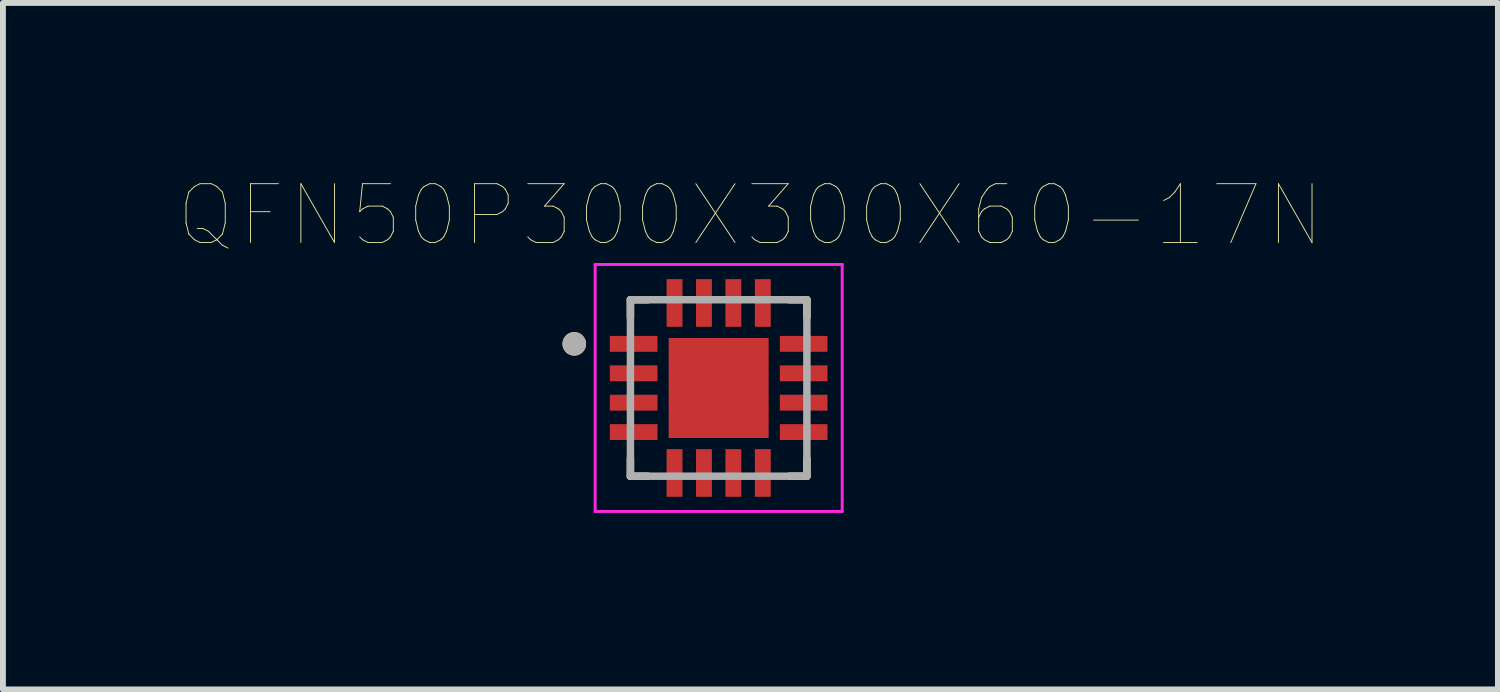
<source format=kicad_pcb>
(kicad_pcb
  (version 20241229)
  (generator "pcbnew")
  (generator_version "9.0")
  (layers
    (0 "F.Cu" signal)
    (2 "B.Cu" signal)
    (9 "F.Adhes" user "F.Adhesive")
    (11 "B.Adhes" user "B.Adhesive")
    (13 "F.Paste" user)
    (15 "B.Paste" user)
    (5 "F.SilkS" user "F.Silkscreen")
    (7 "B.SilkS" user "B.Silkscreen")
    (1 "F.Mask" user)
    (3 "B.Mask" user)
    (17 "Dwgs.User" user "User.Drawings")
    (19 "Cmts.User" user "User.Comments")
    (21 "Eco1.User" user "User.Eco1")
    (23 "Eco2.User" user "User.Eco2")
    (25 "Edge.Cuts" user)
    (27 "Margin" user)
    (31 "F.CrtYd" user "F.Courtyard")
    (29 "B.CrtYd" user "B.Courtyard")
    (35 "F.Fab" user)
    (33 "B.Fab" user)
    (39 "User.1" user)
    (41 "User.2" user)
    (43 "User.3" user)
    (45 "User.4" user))
  (footprint "QFN50P300X300X60-17N"
    (layer "F.Cu")
    (at 9.168 3.546)
    (property "Reference" "QFN50P300X300X60-17N" (at 0.54 -2.935 0) (layer "F.SilkS") (effects (font (size 1 1) (thickness 0.015))))
    (attr through_hole)
    (fp_line (start -1.5 -1.5) (end -1.5 -1.205) (stroke (width 0.127) (type solid)) (layer "F.SilkS"))
    (fp_line (start -1.5 -1.5) (end -1.205 -1.5) (stroke (width 0.127) (type solid)) (layer "F.SilkS"))
    (fp_line (start -1.5 1.5) (end -1.5 1.205) (stroke (width 0.127) (type solid)) (layer "F.SilkS"))
    (fp_line (start -1.5 1.5) (end -1.205 1.5) (stroke (width 0.127) (type solid)) (layer "F.SilkS"))
    (fp_line (start 1.5 -1.5) (end 1.205 -1.5) (stroke (width 0.127) (type solid)) (layer "F.SilkS"))
    (fp_line (start 1.5 -1.5) (end 1.5 -1.205) (stroke (width 0.127) (type solid)) (layer "F.SilkS"))
    (fp_line (start 1.5 1.5) (end 1.205 1.5) (stroke (width 0.127) (type solid)) (layer "F.SilkS"))
    (fp_line (start 1.5 1.5) (end 1.5 1.205) (stroke (width 0.127) (type solid)) (layer "F.SilkS"))
    (fp_circle (center -2.455 -0.75) (end -2.355 -0.75) (stroke (width 0.2) (type solid)) (fill no) (layer "F.SilkS"))
    (fp_poly (pts (xy -0.54 -0.54) (xy 0.54 -0.54) (xy 0.54 0.54) (xy -0.54 0.54)) (stroke (width 0.01) (type solid)) (fill yes) (layer "F.Paste"))
    (fp_line (start -2.1 -2.1) (end 2.1 -2.1) (stroke (width 0.05) (type solid)) (layer "F.CrtYd"))
    (fp_line (start -2.1 2.1) (end -2.1 -2.1) (stroke (width 0.05) (type solid)) (layer "F.CrtYd"))
    (fp_line (start -2.1 2.1) (end 2.1 2.1) (stroke (width 0.05) (type solid)) (layer "F.CrtYd"))
    (fp_line (start 2.1 2.1) (end 2.1 -2.1) (stroke (width 0.05) (type solid)) (layer "F.CrtYd"))
    (fp_line (start -1.5 1.5) (end -1.5 -1.5) (stroke (width 0.127) (type solid)) (layer "F.Fab"))
    (fp_line (start 1.5 -1.5) (end -1.5 -1.5) (stroke (width 0.127) (type solid)) (layer "F.Fab"))
    (fp_line (start 1.5 1.5) (end -1.5 1.5) (stroke (width 0.127) (type solid)) (layer "F.Fab"))
    (fp_line (start 1.5 1.5) (end 1.5 -1.5) (stroke (width 0.127) (type solid)) (layer "F.Fab"))
    (fp_circle (center -2.455 -0.75) (end -2.355 -0.75) (stroke (width 0.2) (type solid)) (fill no) (layer "F.Fab"))
    (pad "1" smd rect (at -1.445 -0.75) (size 0.81 0.27) (layers "F.Cu" "F.Mask" "F.Paste"))
    (pad "2" smd rect (at -1.445 -0.25) (size 0.81 0.27) (layers "F.Cu" "F.Mask" "F.Paste"))
    (pad "3" smd rect (at -1.445 0.25) (size 0.81 0.27) (layers "F.Cu" "F.Mask" "F.Paste"))
    (pad "4" smd rect (at -1.445 0.75) (size 0.81 0.27) (layers "F.Cu" "F.Mask" "F.Paste"))
    (pad "5" smd rect (at -0.75 1.445) (size 0.27 0.81) (layers "F.Cu" "F.Mask" "F.Paste"))
    (pad "6" smd rect (at -0.25 1.445) (size 0.27 0.81) (layers "F.Cu" "F.Mask" "F.Paste"))
    (pad "7" smd rect (at 0.25 1.445) (size 0.27 0.81) (layers "F.Cu" "F.Mask" "F.Paste"))
    (pad "8" smd rect (at 0.75 1.445) (size 0.27 0.81) (layers "F.Cu" "F.Mask" "F.Paste"))
    (pad "9" smd rect (at 1.445 0.75) (size 0.81 0.27) (layers "F.Cu" "F.Mask" "F.Paste"))
    (pad "10" smd rect (at 1.445 0.25) (size 0.81 0.27) (layers "F.Cu" "F.Mask" "F.Paste"))
    (pad "11" smd rect (at 1.445 -0.25) (size 0.81 0.27) (layers "F.Cu" "F.Mask" "F.Paste"))
    (pad "12" smd rect (at 1.445 -0.75) (size 0.81 0.27) (layers "F.Cu" "F.Mask" "F.Paste"))
    (pad "13" smd rect (at 0.75 -1.445) (size 0.27 0.81) (layers "F.Cu" "F.Mask" "F.Paste"))
    (pad "14" smd rect (at 0.25 -1.445) (size 0.27 0.81) (layers "F.Cu" "F.Mask" "F.Paste"))
    (pad "15" smd rect (at -0.25 -1.445) (size 0.27 0.81) (layers "F.Cu" "F.Mask" "F.Paste"))
    (pad "16" smd rect (at -0.75 -1.445) (size 0.27 0.81) (layers "F.Cu" "F.Mask" "F.Paste"))
    (pad "17" smd rect (at 0 0) (size 1.7 1.7) (layers "F.Cu" "F.Mask")))
  (gr_rect
    (start -3 -3)
    (end 22.416 8.671)
    (stroke (width 0.1) (type default))
    (fill no)
    (layer "Edge.Cuts")))
</source>
